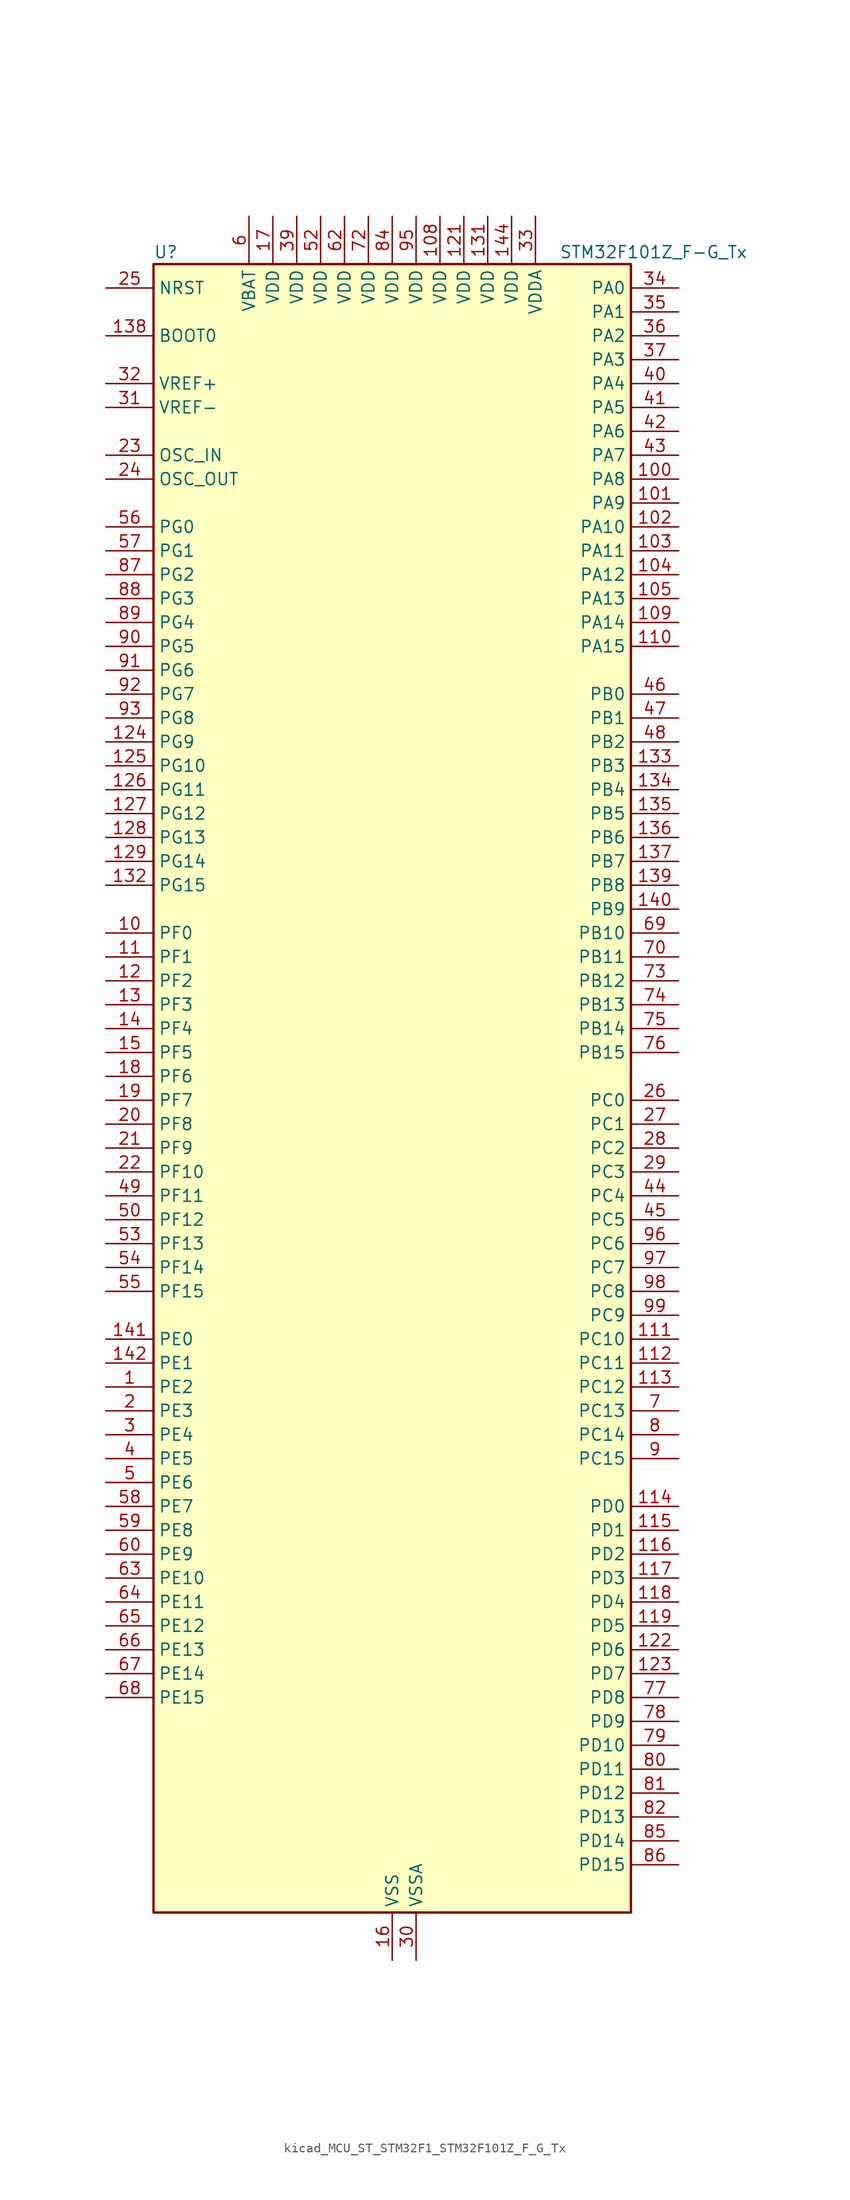
<source format=kicad_sym>
(kicad_symbol_lib
  (version 20220914)
  (generator kicad_symbol_editor)
  (symbol "kicad_MCU_ST_STM32F1_STM32F101Z_F_G_Tx"
    (property "Reference" "U"
      (at -25.4 90.17 0)
      (effects (font (size 1.27 1.27)) (justify left)))
    (property "Value" "STM32F101Z_F-G_Tx"
      (at 17.78 90.17 0)
      (effects (font (size 1.27 1.27)) (justify left)))
    (property "ki_locked" ""
      (at 0 0 0)
      (effects (font (size 1.27 1.27))))
    (symbol "kicad_MCU_ST_STM32F1_STM32F101Z_F_G_Tx_0_1"
      (rectangle (start -25.4 -86.36) (end 25.4 88.9) (stroke (width 0.254) (type default)) (fill (type background))))
    (symbol "kicad_MCU_ST_STM32F1_STM32F101Z_F_G_Tx_1_1"
      (pin bidirectional line (at -30.48 -30.48 0) (length 5.08) (name "PE2" (effects (font (size 1.27 1.27)))) (number "1" (effects (font (size 1.27 1.27)))) (alternate "FSMC_A23" bidirectional line) (alternate "SYS_TRACECLK" bidirectional line))
      (pin bidirectional line (at -30.48 17.78 0) (length 5.08) (name "PF0" (effects (font (size 1.27 1.27)))) (number "10" (effects (font (size 1.27 1.27)))) (alternate "FSMC_A0" bidirectional line))
      (pin bidirectional line (at 30.48 66.04 180) (length 5.08) (name "PA8" (effects (font (size 1.27 1.27)))) (number "100" (effects (font (size 1.27 1.27)))) (alternate "RCC_MCO" bidirectional line) (alternate "USART1_CK" bidirectional line))
      (pin bidirectional line (at 30.48 63.5 180) (length 5.08) (name "PA9" (effects (font (size 1.27 1.27)))) (number "101" (effects (font (size 1.27 1.27)))) (alternate "DAC_EXTI9" bidirectional line) (alternate "USART1_TX" bidirectional line))
      (pin bidirectional line (at 30.48 60.96 180) (length 5.08) (name "PA10" (effects (font (size 1.27 1.27)))) (number "102" (effects (font (size 1.27 1.27)))) (alternate "USART1_RX" bidirectional line))
      (pin bidirectional line (at 30.48 58.42 180) (length 5.08) (name "PA11" (effects (font (size 1.27 1.27)))) (number "103" (effects (font (size 1.27 1.27)))) (alternate "ADC1_EXTI11" bidirectional line) (alternate "USART1_CTS" bidirectional line))
      (pin bidirectional line (at 30.48 55.88 180) (length 5.08) (name "PA12" (effects (font (size 1.27 1.27)))) (number "104" (effects (font (size 1.27 1.27)))) (alternate "USART1_RTS" bidirectional line))
      (pin bidirectional line (at 30.48 53.34 180) (length 5.08) (name "PA13" (effects (font (size 1.27 1.27)))) (number "105" (effects (font (size 1.27 1.27)))) (alternate "SYS_JTMS-SWDIO" bidirectional line))
      (pin no_connect line (at -25.4 -86.36 0) (length 5.08) hide (name "NC" (effects (font (size 1.27 1.27)))) (number "106" (effects (font (size 1.27 1.27)))))
      (pin passive line (at 0 -91.44 90) (length 5.08) hide (name "VSS" (effects (font (size 1.27 1.27)))) (number "107" (effects (font (size 1.27 1.27)))))
      (pin power_in line (at 5.08 93.98 270) (length 5.08) (name "VDD" (effects (font (size 1.27 1.27)))) (number "108" (effects (font (size 1.27 1.27)))))
      (pin bidirectional line (at 30.48 50.8 180) (length 5.08) (name "PA14" (effects (font (size 1.27 1.27)))) (number "109" (effects (font (size 1.27 1.27)))) (alternate "SYS_JTCK-SWCLK" bidirectional line))
      (pin bidirectional line (at -30.48 15.24 0) (length 5.08) (name "PF1" (effects (font (size 1.27 1.27)))) (number "11" (effects (font (size 1.27 1.27)))) (alternate "FSMC_A1" bidirectional line))
      (pin bidirectional line (at 30.48 48.26 180) (length 5.08) (name "PA15" (effects (font (size 1.27 1.27)))) (number "110" (effects (font (size 1.27 1.27)))) (alternate "ADC1_EXTI15" bidirectional line) (alternate "SPI1_NSS" bidirectional line) (alternate "SPI3_NSS" bidirectional line) (alternate "SYS_JTDI" bidirectional line) (alternate "TIM2_CH1" bidirectional line) (alternate "TIM2_ETR" bidirectional line))
      (pin bidirectional line (at 30.48 -25.4 180) (length 5.08) (name "PC10" (effects (font (size 1.27 1.27)))) (number "111" (effects (font (size 1.27 1.27)))) (alternate "UART4_TX" bidirectional line) (alternate "USART3_TX" bidirectional line))
      (pin bidirectional line (at 30.48 -27.94 180) (length 5.08) (name "PC11" (effects (font (size 1.27 1.27)))) (number "112" (effects (font (size 1.27 1.27)))) (alternate "ADC1_EXTI11" bidirectional line) (alternate "UART4_RX" bidirectional line) (alternate "USART3_RX" bidirectional line))
      (pin bidirectional line (at 30.48 -30.48 180) (length 5.08) (name "PC12" (effects (font (size 1.27 1.27)))) (number "113" (effects (font (size 1.27 1.27)))) (alternate "UART5_TX" bidirectional line) (alternate "USART3_CK" bidirectional line))
      (pin bidirectional line (at 30.48 -43.18 180) (length 5.08) (name "PD0" (effects (font (size 1.27 1.27)))) (number "114" (effects (font (size 1.27 1.27)))) (alternate "FSMC_D2" bidirectional line) (alternate "FSMC_DA2" bidirectional line))
      (pin bidirectional line (at 30.48 -45.72 180) (length 5.08) (name "PD1" (effects (font (size 1.27 1.27)))) (number "115" (effects (font (size 1.27 1.27)))) (alternate "FSMC_D3" bidirectional line) (alternate "FSMC_DA3" bidirectional line))
      (pin bidirectional line (at 30.48 -48.26 180) (length 5.08) (name "PD2" (effects (font (size 1.27 1.27)))) (number "116" (effects (font (size 1.27 1.27)))) (alternate "TIM3_ETR" bidirectional line) (alternate "UART5_RX" bidirectional line))
      (pin bidirectional line (at 30.48 -50.8 180) (length 5.08) (name "PD3" (effects (font (size 1.27 1.27)))) (number "117" (effects (font (size 1.27 1.27)))) (alternate "FSMC_CLK" bidirectional line) (alternate "USART2_CTS" bidirectional line))
      (pin bidirectional line (at 30.48 -53.34 180) (length 5.08) (name "PD4" (effects (font (size 1.27 1.27)))) (number "118" (effects (font (size 1.27 1.27)))) (alternate "FSMC_NOE" bidirectional line) (alternate "USART2_RTS" bidirectional line))
      (pin bidirectional line (at 30.48 -55.88 180) (length 5.08) (name "PD5" (effects (font (size 1.27 1.27)))) (number "119" (effects (font (size 1.27 1.27)))) (alternate "FSMC_NWE" bidirectional line) (alternate "USART2_TX" bidirectional line))
      (pin bidirectional line (at -30.48 12.7 0) (length 5.08) (name "PF2" (effects (font (size 1.27 1.27)))) (number "12" (effects (font (size 1.27 1.27)))) (alternate "FSMC_A2" bidirectional line))
      (pin passive line (at 0 -91.44 90) (length 5.08) hide (name "VSS" (effects (font (size 1.27 1.27)))) (number "120" (effects (font (size 1.27 1.27)))))
      (pin power_in line (at 7.62 93.98 270) (length 5.08) (name "VDD" (effects (font (size 1.27 1.27)))) (number "121" (effects (font (size 1.27 1.27)))))
      (pin bidirectional line (at 30.48 -58.42 180) (length 5.08) (name "PD6" (effects (font (size 1.27 1.27)))) (number "122" (effects (font (size 1.27 1.27)))) (alternate "FSMC_NWAIT" bidirectional line) (alternate "USART2_RX" bidirectional line))
      (pin bidirectional line (at 30.48 -60.96 180) (length 5.08) (name "PD7" (effects (font (size 1.27 1.27)))) (number "123" (effects (font (size 1.27 1.27)))) (alternate "FSMC_NCE2" bidirectional line) (alternate "FSMC_NE1" bidirectional line) (alternate "USART2_CK" bidirectional line))
      (pin bidirectional line (at -30.48 38.1 0) (length 5.08) (name "PG9" (effects (font (size 1.27 1.27)))) (number "124" (effects (font (size 1.27 1.27)))) (alternate "DAC_EXTI9" bidirectional line) (alternate "FSMC_NCE3" bidirectional line) (alternate "FSMC_NE2" bidirectional line))
      (pin bidirectional line (at -30.48 35.56 0) (length 5.08) (name "PG10" (effects (font (size 1.27 1.27)))) (number "125" (effects (font (size 1.27 1.27)))) (alternate "FSMC_NCE4_1" bidirectional line) (alternate "FSMC_NE3" bidirectional line))
      (pin bidirectional line (at -30.48 33.02 0) (length 5.08) (name "PG11" (effects (font (size 1.27 1.27)))) (number "126" (effects (font (size 1.27 1.27)))) (alternate "ADC1_EXTI11" bidirectional line) (alternate "FSMC_NCE4_2" bidirectional line))
      (pin bidirectional line (at -30.48 30.48 0) (length 5.08) (name "PG12" (effects (font (size 1.27 1.27)))) (number "127" (effects (font (size 1.27 1.27)))) (alternate "FSMC_NE4" bidirectional line))
      (pin bidirectional line (at -30.48 27.94 0) (length 5.08) (name "PG13" (effects (font (size 1.27 1.27)))) (number "128" (effects (font (size 1.27 1.27)))) (alternate "FSMC_A24" bidirectional line))
      (pin bidirectional line (at -30.48 25.4 0) (length 5.08) (name "PG14" (effects (font (size 1.27 1.27)))) (number "129" (effects (font (size 1.27 1.27)))) (alternate "FSMC_A25" bidirectional line))
      (pin bidirectional line (at -30.48 10.16 0) (length 5.08) (name "PF3" (effects (font (size 1.27 1.27)))) (number "13" (effects (font (size 1.27 1.27)))) (alternate "FSMC_A3" bidirectional line))
      (pin passive line (at 0 -91.44 90) (length 5.08) hide (name "VSS" (effects (font (size 1.27 1.27)))) (number "130" (effects (font (size 1.27 1.27)))))
      (pin power_in line (at 10.16 93.98 270) (length 5.08) (name "VDD" (effects (font (size 1.27 1.27)))) (number "131" (effects (font (size 1.27 1.27)))))
      (pin bidirectional line (at -30.48 22.86 0) (length 5.08) (name "PG15" (effects (font (size 1.27 1.27)))) (number "132" (effects (font (size 1.27 1.27)))) (alternate "ADC1_EXTI15" bidirectional line))
      (pin bidirectional line (at 30.48 35.56 180) (length 5.08) (name "PB3" (effects (font (size 1.27 1.27)))) (number "133" (effects (font (size 1.27 1.27)))) (alternate "SPI1_SCK" bidirectional line) (alternate "SPI3_SCK" bidirectional line) (alternate "SYS_JTDO-TRACESWO" bidirectional line) (alternate "TIM2_CH2" bidirectional line))
      (pin bidirectional line (at 30.48 33.02 180) (length 5.08) (name "PB4" (effects (font (size 1.27 1.27)))) (number "134" (effects (font (size 1.27 1.27)))) (alternate "SPI1_MISO" bidirectional line) (alternate "SPI3_MISO" bidirectional line) (alternate "SYS_NJTRST" bidirectional line) (alternate "TIM3_CH1" bidirectional line))
      (pin bidirectional line (at 30.48 30.48 180) (length 5.08) (name "PB5" (effects (font (size 1.27 1.27)))) (number "135" (effects (font (size 1.27 1.27)))) (alternate "I2C1_SMBA" bidirectional line) (alternate "SPI1_MOSI" bidirectional line) (alternate "SPI3_MOSI" bidirectional line) (alternate "TIM3_CH2" bidirectional line))
      (pin bidirectional line (at 30.48 27.94 180) (length 5.08) (name "PB6" (effects (font (size 1.27 1.27)))) (number "136" (effects (font (size 1.27 1.27)))) (alternate "I2C1_SCL" bidirectional line) (alternate "TIM4_CH1" bidirectional line) (alternate "USART1_TX" bidirectional line))
      (pin bidirectional line (at 30.48 25.4 180) (length 5.08) (name "PB7" (effects (font (size 1.27 1.27)))) (number "137" (effects (font (size 1.27 1.27)))) (alternate "FSMC_NL" bidirectional line) (alternate "I2C1_SDA" bidirectional line) (alternate "TIM4_CH2" bidirectional line) (alternate "USART1_RX" bidirectional line))
      (pin input line (at -30.48 81.28 0) (length 5.08) (name "BOOT0" (effects (font (size 1.27 1.27)))) (number "138" (effects (font (size 1.27 1.27)))))
      (pin bidirectional line (at 30.48 22.86 180) (length 5.08) (name "PB8" (effects (font (size 1.27 1.27)))) (number "139" (effects (font (size 1.27 1.27)))) (alternate "I2C1_SCL" bidirectional line) (alternate "TIM10_CH1" bidirectional line) (alternate "TIM4_CH3" bidirectional line))
      (pin bidirectional line (at -30.48 7.62 0) (length 5.08) (name "PF4" (effects (font (size 1.27 1.27)))) (number "14" (effects (font (size 1.27 1.27)))) (alternate "FSMC_A4" bidirectional line))
      (pin bidirectional line (at 30.48 20.32 180) (length 5.08) (name "PB9" (effects (font (size 1.27 1.27)))) (number "140" (effects (font (size 1.27 1.27)))) (alternate "DAC_EXTI9" bidirectional line) (alternate "I2C1_SDA" bidirectional line) (alternate "TIM11_CH1" bidirectional line) (alternate "TIM4_CH4" bidirectional line))
      (pin bidirectional line (at -30.48 -25.4 0) (length 5.08) (name "PE0" (effects (font (size 1.27 1.27)))) (number "141" (effects (font (size 1.27 1.27)))) (alternate "FSMC_NBL0" bidirectional line) (alternate "TIM4_ETR" bidirectional line))
      (pin bidirectional line (at -30.48 -27.94 0) (length 5.08) (name "PE1" (effects (font (size 1.27 1.27)))) (number "142" (effects (font (size 1.27 1.27)))) (alternate "FSMC_NBL1" bidirectional line))
      (pin passive line (at 0 -91.44 90) (length 5.08) hide (name "VSS" (effects (font (size 1.27 1.27)))) (number "143" (effects (font (size 1.27 1.27)))))
      (pin power_in line (at 12.7 93.98 270) (length 5.08) (name "VDD" (effects (font (size 1.27 1.27)))) (number "144" (effects (font (size 1.27 1.27)))))
      (pin bidirectional line (at -30.48 5.08 0) (length 5.08) (name "PF5" (effects (font (size 1.27 1.27)))) (number "15" (effects (font (size 1.27 1.27)))) (alternate "FSMC_A5" bidirectional line))
      (pin power_in line (at 0 -91.44 90) (length 5.08) (name "VSS" (effects (font (size 1.27 1.27)))) (number "16" (effects (font (size 1.27 1.27)))))
      (pin power_in line (at -12.7 93.98 270) (length 5.08) (name "VDD" (effects (font (size 1.27 1.27)))) (number "17" (effects (font (size 1.27 1.27)))))
      (pin bidirectional line (at -30.48 2.54 0) (length 5.08) (name "PF6" (effects (font (size 1.27 1.27)))) (number "18" (effects (font (size 1.27 1.27)))) (alternate "FSMC_NIORD" bidirectional line) (alternate "TIM10_CH1" bidirectional line))
      (pin bidirectional line (at -30.48 0 0) (length 5.08) (name "PF7" (effects (font (size 1.27 1.27)))) (number "19" (effects (font (size 1.27 1.27)))) (alternate "FSMC_NREG" bidirectional line) (alternate "TIM11_CH1" bidirectional line))
      (pin bidirectional line (at -30.48 -33.02 0) (length 5.08) (name "PE3" (effects (font (size 1.27 1.27)))) (number "2" (effects (font (size 1.27 1.27)))) (alternate "FSMC_A19" bidirectional line) (alternate "SYS_TRACED0" bidirectional line))
      (pin bidirectional line (at -30.48 -2.54 0) (length 5.08) (name "PF8" (effects (font (size 1.27 1.27)))) (number "20" (effects (font (size 1.27 1.27)))) (alternate "FSMC_NIOWR" bidirectional line) (alternate "TIM13_CH1" bidirectional line))
      (pin bidirectional line (at -30.48 -5.08 0) (length 5.08) (name "PF9" (effects (font (size 1.27 1.27)))) (number "21" (effects (font (size 1.27 1.27)))) (alternate "DAC_EXTI9" bidirectional line) (alternate "FSMC_CD" bidirectional line) (alternate "TIM14_CH1" bidirectional line))
      (pin bidirectional line (at -30.48 -7.62 0) (length 5.08) (name "PF10" (effects (font (size 1.27 1.27)))) (number "22" (effects (font (size 1.27 1.27)))) (alternate "FSMC_INTR" bidirectional line))
      (pin input line (at -30.48 68.58 0) (length 5.08) (name "OSC_IN" (effects (font (size 1.27 1.27)))) (number "23" (effects (font (size 1.27 1.27)))) (alternate "RCC_OSC_IN" bidirectional line))
      (pin input line (at -30.48 66.04 0) (length 5.08) (name "OSC_OUT" (effects (font (size 1.27 1.27)))) (number "24" (effects (font (size 1.27 1.27)))) (alternate "RCC_OSC_OUT" bidirectional line))
      (pin input line (at -30.48 86.36 0) (length 5.08) (name "NRST" (effects (font (size 1.27 1.27)))) (number "25" (effects (font (size 1.27 1.27)))))
      (pin bidirectional line (at 30.48 0 180) (length 5.08) (name "PC0" (effects (font (size 1.27 1.27)))) (number "26" (effects (font (size 1.27 1.27)))) (alternate "ADC1_IN10" bidirectional line))
      (pin bidirectional line (at 30.48 -2.54 180) (length 5.08) (name "PC1" (effects (font (size 1.27 1.27)))) (number "27" (effects (font (size 1.27 1.27)))) (alternate "ADC1_IN11" bidirectional line))
      (pin bidirectional line (at 30.48 -5.08 180) (length 5.08) (name "PC2" (effects (font (size 1.27 1.27)))) (number "28" (effects (font (size 1.27 1.27)))) (alternate "ADC1_IN12" bidirectional line))
      (pin bidirectional line (at 30.48 -7.62 180) (length 5.08) (name "PC3" (effects (font (size 1.27 1.27)))) (number "29" (effects (font (size 1.27 1.27)))) (alternate "ADC1_IN13" bidirectional line))
      (pin bidirectional line (at -30.48 -35.56 0) (length 5.08) (name "PE4" (effects (font (size 1.27 1.27)))) (number "3" (effects (font (size 1.27 1.27)))) (alternate "FSMC_A20" bidirectional line) (alternate "SYS_TRACED1" bidirectional line))
      (pin power_in line (at 2.54 -91.44 90) (length 5.08) (name "VSSA" (effects (font (size 1.27 1.27)))) (number "30" (effects (font (size 1.27 1.27)))))
      (pin input line (at -30.48 73.66 0) (length 5.08) (name "VREF-" (effects (font (size 1.27 1.27)))) (number "31" (effects (font (size 1.27 1.27)))))
      (pin input line (at -30.48 76.2 0) (length 5.08) (name "VREF+" (effects (font (size 1.27 1.27)))) (number "32" (effects (font (size 1.27 1.27)))))
      (pin power_in line (at 15.24 93.98 270) (length 5.08) (name "VDDA" (effects (font (size 1.27 1.27)))) (number "33" (effects (font (size 1.27 1.27)))))
      (pin bidirectional line (at 30.48 86.36 180) (length 5.08) (name "PA0" (effects (font (size 1.27 1.27)))) (number "34" (effects (font (size 1.27 1.27)))) (alternate "ADC1_IN0" bidirectional line) (alternate "SYS_WKUP" bidirectional line) (alternate "TIM2_CH1" bidirectional line) (alternate "TIM2_ETR" bidirectional line) (alternate "TIM5_CH1" bidirectional line) (alternate "USART2_CTS" bidirectional line))
      (pin bidirectional line (at 30.48 83.82 180) (length 5.08) (name "PA1" (effects (font (size 1.27 1.27)))) (number "35" (effects (font (size 1.27 1.27)))) (alternate "ADC1_IN1" bidirectional line) (alternate "TIM2_CH2" bidirectional line) (alternate "TIM5_CH2" bidirectional line) (alternate "USART2_RTS" bidirectional line))
      (pin bidirectional line (at 30.48 81.28 180) (length 5.08) (name "PA2" (effects (font (size 1.27 1.27)))) (number "36" (effects (font (size 1.27 1.27)))) (alternate "ADC1_IN2" bidirectional line) (alternate "TIM2_CH3" bidirectional line) (alternate "TIM5_CH3" bidirectional line) (alternate "TIM9_CH1" bidirectional line) (alternate "USART2_TX" bidirectional line))
      (pin bidirectional line (at 30.48 78.74 180) (length 5.08) (name "PA3" (effects (font (size 1.27 1.27)))) (number "37" (effects (font (size 1.27 1.27)))) (alternate "ADC1_IN3" bidirectional line) (alternate "TIM2_CH4" bidirectional line) (alternate "TIM5_CH4" bidirectional line) (alternate "TIM9_CH2" bidirectional line) (alternate "USART2_RX" bidirectional line))
      (pin passive line (at 0 -91.44 90) (length 5.08) hide (name "VSS" (effects (font (size 1.27 1.27)))) (number "38" (effects (font (size 1.27 1.27)))))
      (pin power_in line (at -10.16 93.98 270) (length 5.08) (name "VDD" (effects (font (size 1.27 1.27)))) (number "39" (effects (font (size 1.27 1.27)))))
      (pin bidirectional line (at -30.48 -38.1 0) (length 5.08) (name "PE5" (effects (font (size 1.27 1.27)))) (number "4" (effects (font (size 1.27 1.27)))) (alternate "FSMC_A21" bidirectional line) (alternate "SYS_TRACED2" bidirectional line) (alternate "TIM9_CH1" bidirectional line))
      (pin bidirectional line (at 30.48 76.2 180) (length 5.08) (name "PA4" (effects (font (size 1.27 1.27)))) (number "40" (effects (font (size 1.27 1.27)))) (alternate "ADC1_IN4" bidirectional line) (alternate "DAC_OUT1" bidirectional line) (alternate "SPI1_NSS" bidirectional line) (alternate "USART2_CK" bidirectional line))
      (pin bidirectional line (at 30.48 73.66 180) (length 5.08) (name "PA5" (effects (font (size 1.27 1.27)))) (number "41" (effects (font (size 1.27 1.27)))) (alternate "ADC1_IN5" bidirectional line) (alternate "DAC_OUT2" bidirectional line) (alternate "SPI1_SCK" bidirectional line))
      (pin bidirectional line (at 30.48 71.12 180) (length 5.08) (name "PA6" (effects (font (size 1.27 1.27)))) (number "42" (effects (font (size 1.27 1.27)))) (alternate "ADC1_IN6" bidirectional line) (alternate "SPI1_MISO" bidirectional line) (alternate "TIM13_CH1" bidirectional line) (alternate "TIM3_CH1" bidirectional line))
      (pin bidirectional line (at 30.48 68.58 180) (length 5.08) (name "PA7" (effects (font (size 1.27 1.27)))) (number "43" (effects (font (size 1.27 1.27)))) (alternate "ADC1_IN7" bidirectional line) (alternate "SPI1_MOSI" bidirectional line) (alternate "TIM14_CH1" bidirectional line) (alternate "TIM3_CH2" bidirectional line))
      (pin bidirectional line (at 30.48 -10.16 180) (length 5.08) (name "PC4" (effects (font (size 1.27 1.27)))) (number "44" (effects (font (size 1.27 1.27)))) (alternate "ADC1_IN14" bidirectional line))
      (pin bidirectional line (at 30.48 -12.7 180) (length 5.08) (name "PC5" (effects (font (size 1.27 1.27)))) (number "45" (effects (font (size 1.27 1.27)))) (alternate "ADC1_IN15" bidirectional line))
      (pin bidirectional line (at 30.48 43.18 180) (length 5.08) (name "PB0" (effects (font (size 1.27 1.27)))) (number "46" (effects (font (size 1.27 1.27)))) (alternate "ADC1_IN8" bidirectional line) (alternate "TIM3_CH3" bidirectional line))
      (pin bidirectional line (at 30.48 40.64 180) (length 5.08) (name "PB1" (effects (font (size 1.27 1.27)))) (number "47" (effects (font (size 1.27 1.27)))) (alternate "ADC1_IN9" bidirectional line) (alternate "TIM3_CH4" bidirectional line))
      (pin bidirectional line (at 30.48 38.1 180) (length 5.08) (name "PB2" (effects (font (size 1.27 1.27)))) (number "48" (effects (font (size 1.27 1.27)))))
      (pin bidirectional line (at -30.48 -10.16 0) (length 5.08) (name "PF11" (effects (font (size 1.27 1.27)))) (number "49" (effects (font (size 1.27 1.27)))) (alternate "ADC1_EXTI11" bidirectional line) (alternate "FSMC_NIOS16" bidirectional line))
      (pin bidirectional line (at -30.48 -40.64 0) (length 5.08) (name "PE6" (effects (font (size 1.27 1.27)))) (number "5" (effects (font (size 1.27 1.27)))) (alternate "FSMC_A22" bidirectional line) (alternate "SYS_TRACED3" bidirectional line) (alternate "TIM9_CH2" bidirectional line))
      (pin bidirectional line (at -30.48 -12.7 0) (length 5.08) (name "PF12" (effects (font (size 1.27 1.27)))) (number "50" (effects (font (size 1.27 1.27)))) (alternate "FSMC_A6" bidirectional line))
      (pin passive line (at 0 -91.44 90) (length 5.08) hide (name "VSS" (effects (font (size 1.27 1.27)))) (number "51" (effects (font (size 1.27 1.27)))))
      (pin power_in line (at -7.62 93.98 270) (length 5.08) (name "VDD" (effects (font (size 1.27 1.27)))) (number "52" (effects (font (size 1.27 1.27)))))
      (pin bidirectional line (at -30.48 -15.24 0) (length 5.08) (name "PF13" (effects (font (size 1.27 1.27)))) (number "53" (effects (font (size 1.27 1.27)))) (alternate "FSMC_A7" bidirectional line))
      (pin bidirectional line (at -30.48 -17.78 0) (length 5.08) (name "PF14" (effects (font (size 1.27 1.27)))) (number "54" (effects (font (size 1.27 1.27)))) (alternate "FSMC_A8" bidirectional line))
      (pin bidirectional line (at -30.48 -20.32 0) (length 5.08) (name "PF15" (effects (font (size 1.27 1.27)))) (number "55" (effects (font (size 1.27 1.27)))) (alternate "ADC1_EXTI15" bidirectional line) (alternate "FSMC_A9" bidirectional line))
      (pin bidirectional line (at -30.48 60.96 0) (length 5.08) (name "PG0" (effects (font (size 1.27 1.27)))) (number "56" (effects (font (size 1.27 1.27)))) (alternate "FSMC_A10" bidirectional line))
      (pin bidirectional line (at -30.48 58.42 0) (length 5.08) (name "PG1" (effects (font (size 1.27 1.27)))) (number "57" (effects (font (size 1.27 1.27)))) (alternate "FSMC_A11" bidirectional line))
      (pin bidirectional line (at -30.48 -43.18 0) (length 5.08) (name "PE7" (effects (font (size 1.27 1.27)))) (number "58" (effects (font (size 1.27 1.27)))) (alternate "FSMC_D4" bidirectional line) (alternate "FSMC_DA4" bidirectional line))
      (pin bidirectional line (at -30.48 -45.72 0) (length 5.08) (name "PE8" (effects (font (size 1.27 1.27)))) (number "59" (effects (font (size 1.27 1.27)))) (alternate "FSMC_D5" bidirectional line) (alternate "FSMC_DA5" bidirectional line))
      (pin power_in line (at -15.24 93.98 270) (length 5.08) (name "VBAT" (effects (font (size 1.27 1.27)))) (number "6" (effects (font (size 1.27 1.27)))))
      (pin bidirectional line (at -30.48 -48.26 0) (length 5.08) (name "PE9" (effects (font (size 1.27 1.27)))) (number "60" (effects (font (size 1.27 1.27)))) (alternate "DAC_EXTI9" bidirectional line) (alternate "FSMC_D6" bidirectional line) (alternate "FSMC_DA6" bidirectional line))
      (pin passive line (at 0 -91.44 90) (length 5.08) hide (name "VSS" (effects (font (size 1.27 1.27)))) (number "61" (effects (font (size 1.27 1.27)))))
      (pin power_in line (at -5.08 93.98 270) (length 5.08) (name "VDD" (effects (font (size 1.27 1.27)))) (number "62" (effects (font (size 1.27 1.27)))))
      (pin bidirectional line (at -30.48 -50.8 0) (length 5.08) (name "PE10" (effects (font (size 1.27 1.27)))) (number "63" (effects (font (size 1.27 1.27)))) (alternate "FSMC_D7" bidirectional line) (alternate "FSMC_DA7" bidirectional line))
      (pin bidirectional line (at -30.48 -53.34 0) (length 5.08) (name "PE11" (effects (font (size 1.27 1.27)))) (number "64" (effects (font (size 1.27 1.27)))) (alternate "ADC1_EXTI11" bidirectional line) (alternate "FSMC_D8" bidirectional line) (alternate "FSMC_DA8" bidirectional line))
      (pin bidirectional line (at -30.48 -55.88 0) (length 5.08) (name "PE12" (effects (font (size 1.27 1.27)))) (number "65" (effects (font (size 1.27 1.27)))) (alternate "FSMC_D9" bidirectional line) (alternate "FSMC_DA9" bidirectional line))
      (pin bidirectional line (at -30.48 -58.42 0) (length 5.08) (name "PE13" (effects (font (size 1.27 1.27)))) (number "66" (effects (font (size 1.27 1.27)))) (alternate "FSMC_D10" bidirectional line) (alternate "FSMC_DA10" bidirectional line))
      (pin bidirectional line (at -30.48 -60.96 0) (length 5.08) (name "PE14" (effects (font (size 1.27 1.27)))) (number "67" (effects (font (size 1.27 1.27)))) (alternate "FSMC_D11" bidirectional line) (alternate "FSMC_DA11" bidirectional line))
      (pin bidirectional line (at -30.48 -63.5 0) (length 5.08) (name "PE15" (effects (font (size 1.27 1.27)))) (number "68" (effects (font (size 1.27 1.27)))) (alternate "ADC1_EXTI15" bidirectional line) (alternate "FSMC_D12" bidirectional line) (alternate "FSMC_DA12" bidirectional line))
      (pin bidirectional line (at 30.48 17.78 180) (length 5.08) (name "PB10" (effects (font (size 1.27 1.27)))) (number "69" (effects (font (size 1.27 1.27)))) (alternate "I2C2_SCL" bidirectional line) (alternate "TIM2_CH3" bidirectional line) (alternate "USART3_TX" bidirectional line))
      (pin bidirectional line (at 30.48 -33.02 180) (length 5.08) (name "PC13" (effects (font (size 1.27 1.27)))) (number "7" (effects (font (size 1.27 1.27)))) (alternate "RTC_OUT" bidirectional line) (alternate "RTC_TAMPER" bidirectional line))
      (pin bidirectional line (at 30.48 15.24 180) (length 5.08) (name "PB11" (effects (font (size 1.27 1.27)))) (number "70" (effects (font (size 1.27 1.27)))) (alternate "ADC1_EXTI11" bidirectional line) (alternate "I2C2_SDA" bidirectional line) (alternate "TIM2_CH4" bidirectional line) (alternate "USART3_RX" bidirectional line))
      (pin passive line (at 0 -91.44 90) (length 5.08) hide (name "VSS" (effects (font (size 1.27 1.27)))) (number "71" (effects (font (size 1.27 1.27)))))
      (pin power_in line (at -2.54 93.98 270) (length 5.08) (name "VDD" (effects (font (size 1.27 1.27)))) (number "72" (effects (font (size 1.27 1.27)))))
      (pin bidirectional line (at 30.48 12.7 180) (length 5.08) (name "PB12" (effects (font (size 1.27 1.27)))) (number "73" (effects (font (size 1.27 1.27)))) (alternate "I2C2_SMBA" bidirectional line) (alternate "SPI2_NSS" bidirectional line) (alternate "USART3_CK" bidirectional line))
      (pin bidirectional line (at 30.48 10.16 180) (length 5.08) (name "PB13" (effects (font (size 1.27 1.27)))) (number "74" (effects (font (size 1.27 1.27)))) (alternate "SPI2_SCK" bidirectional line) (alternate "USART3_CTS" bidirectional line))
      (pin bidirectional line (at 30.48 7.62 180) (length 5.08) (name "PB14" (effects (font (size 1.27 1.27)))) (number "75" (effects (font (size 1.27 1.27)))) (alternate "SPI2_MISO" bidirectional line) (alternate "TIM12_CH1" bidirectional line) (alternate "USART3_RTS" bidirectional line))
      (pin bidirectional line (at 30.48 5.08 180) (length 5.08) (name "PB15" (effects (font (size 1.27 1.27)))) (number "76" (effects (font (size 1.27 1.27)))) (alternate "ADC1_EXTI15" bidirectional line) (alternate "SPI2_MOSI" bidirectional line) (alternate "TIM12_CH2" bidirectional line))
      (pin bidirectional line (at 30.48 -63.5 180) (length 5.08) (name "PD8" (effects (font (size 1.27 1.27)))) (number "77" (effects (font (size 1.27 1.27)))) (alternate "FSMC_D13" bidirectional line) (alternate "FSMC_DA13" bidirectional line) (alternate "USART3_TX" bidirectional line))
      (pin bidirectional line (at 30.48 -66.04 180) (length 5.08) (name "PD9" (effects (font (size 1.27 1.27)))) (number "78" (effects (font (size 1.27 1.27)))) (alternate "DAC_EXTI9" bidirectional line) (alternate "FSMC_D14" bidirectional line) (alternate "FSMC_DA14" bidirectional line) (alternate "USART3_RX" bidirectional line))
      (pin bidirectional line (at 30.48 -68.58 180) (length 5.08) (name "PD10" (effects (font (size 1.27 1.27)))) (number "79" (effects (font (size 1.27 1.27)))) (alternate "FSMC_D15" bidirectional line) (alternate "FSMC_DA15" bidirectional line) (alternate "USART3_CK" bidirectional line))
      (pin bidirectional line (at 30.48 -35.56 180) (length 5.08) (name "PC14" (effects (font (size 1.27 1.27)))) (number "8" (effects (font (size 1.27 1.27)))) (alternate "RCC_OSC32_IN" bidirectional line))
      (pin bidirectional line (at 30.48 -71.12 180) (length 5.08) (name "PD11" (effects (font (size 1.27 1.27)))) (number "80" (effects (font (size 1.27 1.27)))) (alternate "ADC1_EXTI11" bidirectional line) (alternate "FSMC_A16" bidirectional line) (alternate "FSMC_CLE" bidirectional line) (alternate "USART3_CTS" bidirectional line))
      (pin bidirectional line (at 30.48 -73.66 180) (length 5.08) (name "PD12" (effects (font (size 1.27 1.27)))) (number "81" (effects (font (size 1.27 1.27)))) (alternate "FSMC_A17" bidirectional line) (alternate "FSMC_ALE" bidirectional line) (alternate "TIM4_CH1" bidirectional line) (alternate "USART3_RTS" bidirectional line))
      (pin bidirectional line (at 30.48 -76.2 180) (length 5.08) (name "PD13" (effects (font (size 1.27 1.27)))) (number "82" (effects (font (size 1.27 1.27)))) (alternate "FSMC_A18" bidirectional line) (alternate "TIM4_CH2" bidirectional line))
      (pin passive line (at 0 -91.44 90) (length 5.08) hide (name "VSS" (effects (font (size 1.27 1.27)))) (number "83" (effects (font (size 1.27 1.27)))))
      (pin power_in line (at 0 93.98 270) (length 5.08) (name "VDD" (effects (font (size 1.27 1.27)))) (number "84" (effects (font (size 1.27 1.27)))))
      (pin bidirectional line (at 30.48 -78.74 180) (length 5.08) (name "PD14" (effects (font (size 1.27 1.27)))) (number "85" (effects (font (size 1.27 1.27)))) (alternate "FSMC_D0" bidirectional line) (alternate "FSMC_DA0" bidirectional line) (alternate "TIM4_CH3" bidirectional line))
      (pin bidirectional line (at 30.48 -81.28 180) (length 5.08) (name "PD15" (effects (font (size 1.27 1.27)))) (number "86" (effects (font (size 1.27 1.27)))) (alternate "ADC1_EXTI15" bidirectional line) (alternate "FSMC_D1" bidirectional line) (alternate "FSMC_DA1" bidirectional line) (alternate "TIM4_CH4" bidirectional line))
      (pin bidirectional line (at -30.48 55.88 0) (length 5.08) (name "PG2" (effects (font (size 1.27 1.27)))) (number "87" (effects (font (size 1.27 1.27)))) (alternate "FSMC_A12" bidirectional line))
      (pin bidirectional line (at -30.48 53.34 0) (length 5.08) (name "PG3" (effects (font (size 1.27 1.27)))) (number "88" (effects (font (size 1.27 1.27)))) (alternate "FSMC_A13" bidirectional line))
      (pin bidirectional line (at -30.48 50.8 0) (length 5.08) (name "PG4" (effects (font (size 1.27 1.27)))) (number "89" (effects (font (size 1.27 1.27)))) (alternate "FSMC_A14" bidirectional line))
      (pin bidirectional line (at 30.48 -38.1 180) (length 5.08) (name "PC15" (effects (font (size 1.27 1.27)))) (number "9" (effects (font (size 1.27 1.27)))) (alternate "ADC1_EXTI15" bidirectional line) (alternate "RCC_OSC32_OUT" bidirectional line))
      (pin bidirectional line (at -30.48 48.26 0) (length 5.08) (name "PG5" (effects (font (size 1.27 1.27)))) (number "90" (effects (font (size 1.27 1.27)))) (alternate "FSMC_A15" bidirectional line))
      (pin bidirectional line (at -30.48 45.72 0) (length 5.08) (name "PG6" (effects (font (size 1.27 1.27)))) (number "91" (effects (font (size 1.27 1.27)))) (alternate "FSMC_INT2" bidirectional line))
      (pin bidirectional line (at -30.48 43.18 0) (length 5.08) (name "PG7" (effects (font (size 1.27 1.27)))) (number "92" (effects (font (size 1.27 1.27)))) (alternate "FSMC_INT3" bidirectional line))
      (pin bidirectional line (at -30.48 40.64 0) (length 5.08) (name "PG8" (effects (font (size 1.27 1.27)))) (number "93" (effects (font (size 1.27 1.27)))))
      (pin passive line (at 0 -91.44 90) (length 5.08) hide (name "VSS" (effects (font (size 1.27 1.27)))) (number "94" (effects (font (size 1.27 1.27)))))
      (pin power_in line (at 2.54 93.98 270) (length 5.08) (name "VDD" (effects (font (size 1.27 1.27)))) (number "95" (effects (font (size 1.27 1.27)))))
      (pin bidirectional line (at 30.48 -15.24 180) (length 5.08) (name "PC6" (effects (font (size 1.27 1.27)))) (number "96" (effects (font (size 1.27 1.27)))) (alternate "TIM3_CH1" bidirectional line))
      (pin bidirectional line (at 30.48 -17.78 180) (length 5.08) (name "PC7" (effects (font (size 1.27 1.27)))) (number "97" (effects (font (size 1.27 1.27)))) (alternate "TIM3_CH2" bidirectional line))
      (pin bidirectional line (at 30.48 -20.32 180) (length 5.08) (name "PC8" (effects (font (size 1.27 1.27)))) (number "98" (effects (font (size 1.27 1.27)))) (alternate "TIM3_CH3" bidirectional line))
      (pin bidirectional line (at 30.48 -22.86 180) (length 5.08) (name "PC9" (effects (font (size 1.27 1.27)))) (number "99" (effects (font (size 1.27 1.27)))) (alternate "DAC_EXTI9" bidirectional line) (alternate "TIM3_CH4" bidirectional line)))))
</source>
